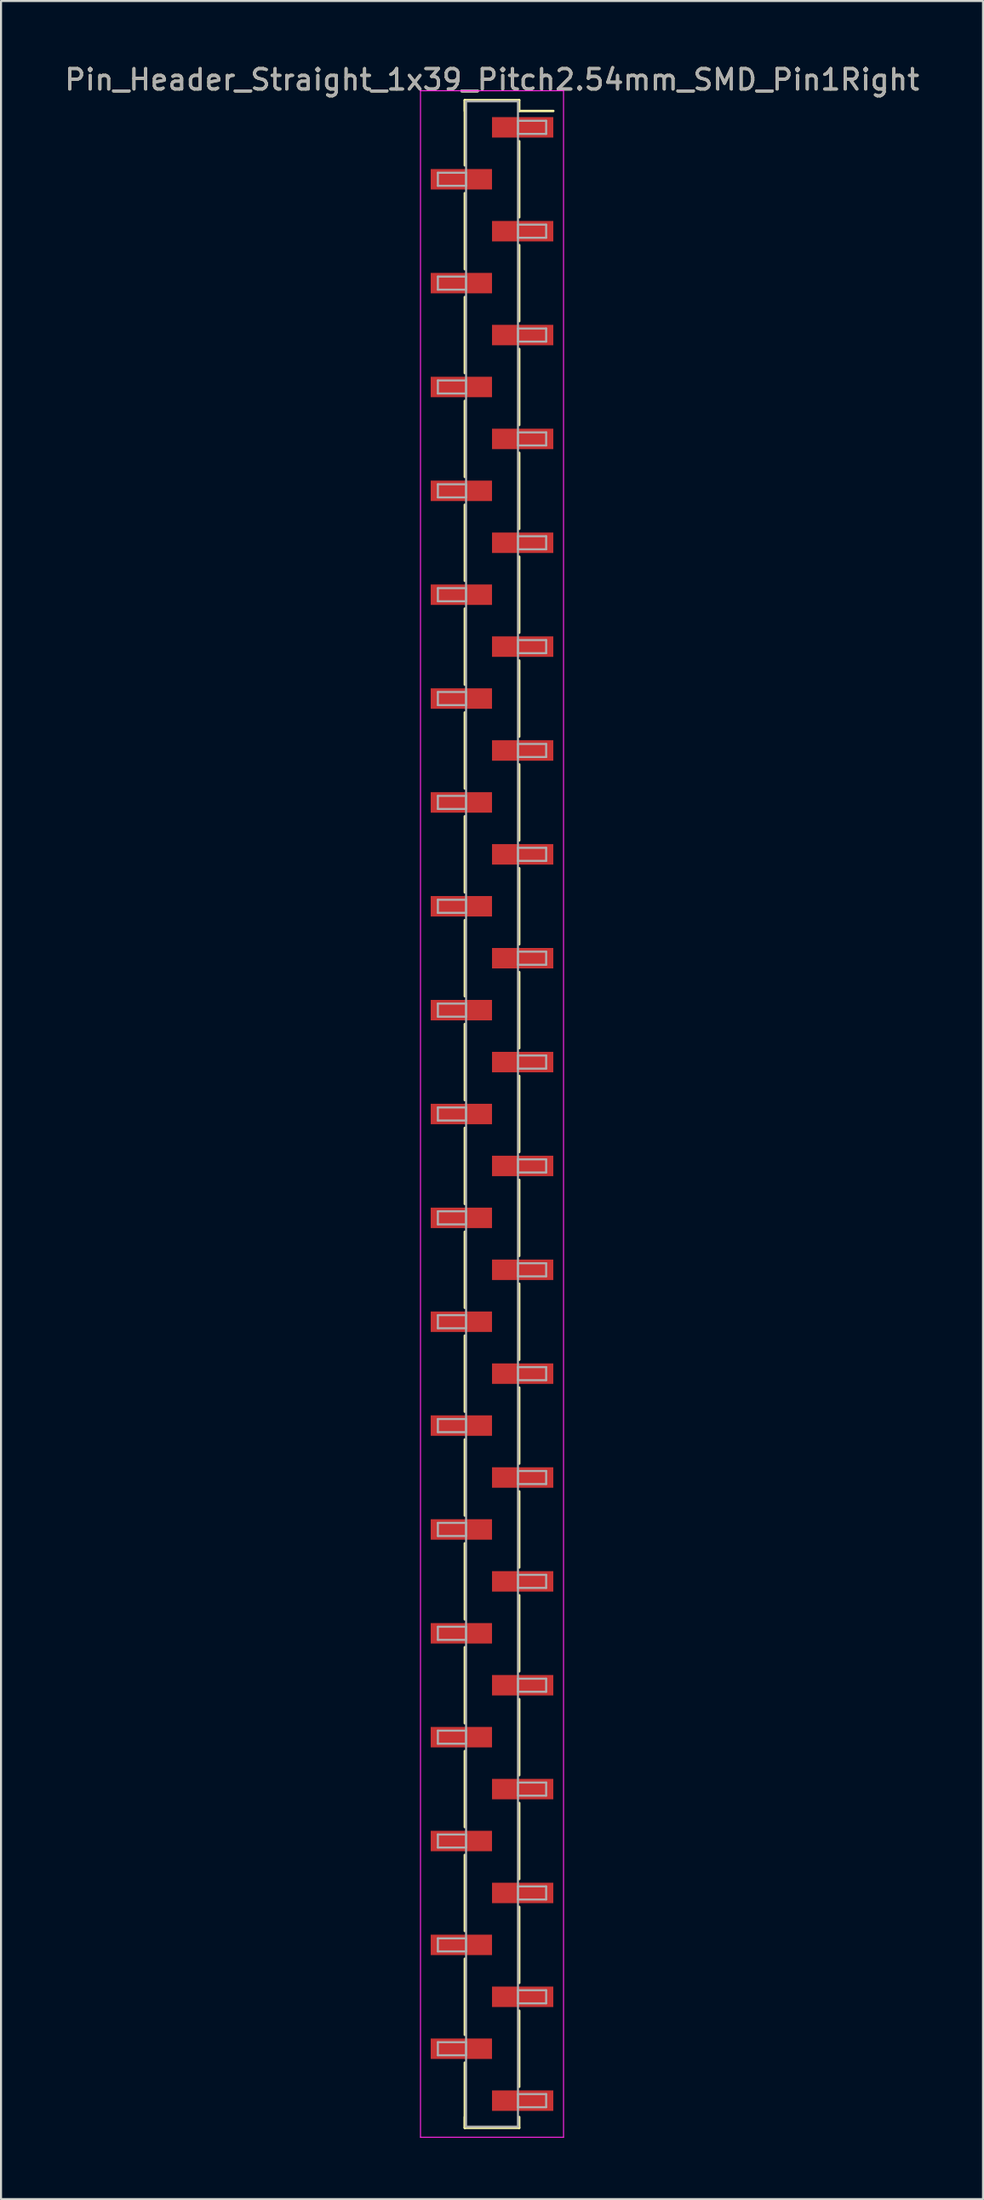
<source format=kicad_pcb>
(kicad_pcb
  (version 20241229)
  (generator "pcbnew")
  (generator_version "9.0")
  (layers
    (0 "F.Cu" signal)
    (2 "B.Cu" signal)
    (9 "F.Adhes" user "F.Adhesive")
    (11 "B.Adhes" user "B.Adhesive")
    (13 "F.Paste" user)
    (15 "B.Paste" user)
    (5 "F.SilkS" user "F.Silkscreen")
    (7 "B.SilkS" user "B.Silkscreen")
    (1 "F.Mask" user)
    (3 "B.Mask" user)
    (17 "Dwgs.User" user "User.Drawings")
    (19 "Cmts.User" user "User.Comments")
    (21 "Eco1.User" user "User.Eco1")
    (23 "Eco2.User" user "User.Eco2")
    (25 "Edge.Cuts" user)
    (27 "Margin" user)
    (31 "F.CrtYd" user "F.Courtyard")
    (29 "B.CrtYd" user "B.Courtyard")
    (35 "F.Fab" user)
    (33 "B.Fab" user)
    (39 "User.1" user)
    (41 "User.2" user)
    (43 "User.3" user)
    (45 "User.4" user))
  (footprint "Pin_Header_Straight_1x39_Pitch2.54mm_SMD_Pin1Right"
    (layer "F.Cu")
    (at 21.03 51.438)
    (property "Reference" "Pin_Header_Straight_1x39_Pitch2.54mm_SMD_Pin1Right" (at 0 -50.59 0) (layer "F.SilkS") (effects (font (size 1 1) (thickness 0.15))))
    (attr smd)
    (fp_line (start -1.33 -49.59) (end -1.33 -46.4) (stroke (width 0.12) (type solid)) (layer "F.SilkS"))
    (fp_line (start -1.33 -49.59) (end 1.33 -49.59) (stroke (width 0.12) (type solid)) (layer "F.SilkS"))
    (fp_line (start -1.33 -49.06) (end -1.33 -49.59) (stroke (width 0.12) (type solid)) (layer "F.SilkS"))
    (fp_line (start -1.33 -45.04) (end -1.33 -41.32) (stroke (width 0.12) (type solid)) (layer "F.SilkS"))
    (fp_line (start -1.33 -39.96) (end -1.33 -36.24) (stroke (width 0.12) (type solid)) (layer "F.SilkS"))
    (fp_line (start -1.33 -34.88) (end -1.33 -31.16) (stroke (width 0.12) (type solid)) (layer "F.SilkS"))
    (fp_line (start -1.33 -29.8) (end -1.33 -26.08) (stroke (width 0.12) (type solid)) (layer "F.SilkS"))
    (fp_line (start -1.33 -24.72) (end -1.33 -21) (stroke (width 0.12) (type solid)) (layer "F.SilkS"))
    (fp_line (start -1.33 -19.64) (end -1.33 -15.92) (stroke (width 0.12) (type solid)) (layer "F.SilkS"))
    (fp_line (start -1.33 -14.56) (end -1.33 -10.84) (stroke (width 0.12) (type solid)) (layer "F.SilkS"))
    (fp_line (start -1.33 -9.48) (end -1.33 -5.76) (stroke (width 0.12) (type solid)) (layer "F.SilkS"))
    (fp_line (start -1.33 -4.4) (end -1.33 -0.68) (stroke (width 0.12) (type solid)) (layer "F.SilkS"))
    (fp_line (start -1.33 0.68) (end -1.33 4.4) (stroke (width 0.12) (type solid)) (layer "F.SilkS"))
    (fp_line (start -1.33 5.76) (end -1.33 9.48) (stroke (width 0.12) (type solid)) (layer "F.SilkS"))
    (fp_line (start -1.33 10.84) (end -1.33 14.56) (stroke (width 0.12) (type solid)) (layer "F.SilkS"))
    (fp_line (start -1.33 15.92) (end -1.33 19.64) (stroke (width 0.12) (type solid)) (layer "F.SilkS"))
    (fp_line (start -1.33 21) (end -1.33 24.72) (stroke (width 0.12) (type solid)) (layer "F.SilkS"))
    (fp_line (start -1.33 26.08) (end -1.33 29.8) (stroke (width 0.12) (type solid)) (layer "F.SilkS"))
    (fp_line (start -1.33 31.16) (end -1.33 34.88) (stroke (width 0.12) (type solid)) (layer "F.SilkS"))
    (fp_line (start -1.33 36.24) (end -1.33 39.96) (stroke (width 0.12) (type solid)) (layer "F.SilkS"))
    (fp_line (start -1.33 41.32) (end -1.33 45.04) (stroke (width 0.12) (type solid)) (layer "F.SilkS"))
    (fp_line (start -1.33 46.4) (end -1.33 49.59) (stroke (width 0.12) (type solid)) (layer "F.SilkS"))
    (fp_line (start -1.33 49.06) (end -1.33 49.59) (stroke (width 0.12) (type solid)) (layer "F.SilkS"))
    (fp_line (start -1.33 49.59) (end 1.33 49.59) (stroke (width 0.12) (type solid)) (layer "F.SilkS"))
    (fp_line (start 1.33 -49.59) (end 1.33 -49.06) (stroke (width 0.12) (type solid)) (layer "F.SilkS"))
    (fp_line (start 1.33 -49.06) (end 3 -49.06) (stroke (width 0.12) (type solid)) (layer "F.SilkS"))
    (fp_line (start 1.33 -47.58) (end 1.33 -43.86) (stroke (width 0.12) (type solid)) (layer "F.SilkS"))
    (fp_line (start 1.33 -42.5) (end 1.33 -38.78) (stroke (width 0.12) (type solid)) (layer "F.SilkS"))
    (fp_line (start 1.33 -37.42) (end 1.33 -33.7) (stroke (width 0.12) (type solid)) (layer "F.SilkS"))
    (fp_line (start 1.33 -32.34) (end 1.33 -28.62) (stroke (width 0.12) (type solid)) (layer "F.SilkS"))
    (fp_line (start 1.33 -27.26) (end 1.33 -23.54) (stroke (width 0.12) (type solid)) (layer "F.SilkS"))
    (fp_line (start 1.33 -22.18) (end 1.33 -18.46) (stroke (width 0.12) (type solid)) (layer "F.SilkS"))
    (fp_line (start 1.33 -17.1) (end 1.33 -13.38) (stroke (width 0.12) (type solid)) (layer "F.SilkS"))
    (fp_line (start 1.33 -12.02) (end 1.33 -8.3) (stroke (width 0.12) (type solid)) (layer "F.SilkS"))
    (fp_line (start 1.33 -6.94) (end 1.33 -3.22) (stroke (width 0.12) (type solid)) (layer "F.SilkS"))
    (fp_line (start 1.33 -1.86) (end 1.33 1.86) (stroke (width 0.12) (type solid)) (layer "F.SilkS"))
    (fp_line (start 1.33 3.22) (end 1.33 6.94) (stroke (width 0.12) (type solid)) (layer "F.SilkS"))
    (fp_line (start 1.33 8.3) (end 1.33 12.02) (stroke (width 0.12) (type solid)) (layer "F.SilkS"))
    (fp_line (start 1.33 13.38) (end 1.33 17.1) (stroke (width 0.12) (type solid)) (layer "F.SilkS"))
    (fp_line (start 1.33 18.46) (end 1.33 22.18) (stroke (width 0.12) (type solid)) (layer "F.SilkS"))
    (fp_line (start 1.33 23.54) (end 1.33 27.26) (stroke (width 0.12) (type solid)) (layer "F.SilkS"))
    (fp_line (start 1.33 28.62) (end 1.33 32.34) (stroke (width 0.12) (type solid)) (layer "F.SilkS"))
    (fp_line (start 1.33 33.7) (end 1.33 37.42) (stroke (width 0.12) (type solid)) (layer "F.SilkS"))
    (fp_line (start 1.33 38.78) (end 1.33 42.5) (stroke (width 0.12) (type solid)) (layer "F.SilkS"))
    (fp_line (start 1.33 43.86) (end 1.33 47.58) (stroke (width 0.12) (type solid)) (layer "F.SilkS"))
    (fp_line (start 1.33 49.59) (end 1.33 49.06) (stroke (width 0.12) (type solid)) (layer "F.SilkS"))
    (fp_line (start -3.5 -50.05) (end -3.5 50.05) (stroke (width 0.05) (type solid)) (layer "F.CrtYd"))
    (fp_line (start -3.5 50.05) (end 3.5 50.05) (stroke (width 0.05) (type solid)) (layer "F.CrtYd"))
    (fp_line (start 3.5 -50.05) (end -3.5 -50.05) (stroke (width 0.05) (type solid)) (layer "F.CrtYd"))
    (fp_line (start 3.5 50.05) (end 3.5 -50.05) (stroke (width 0.05) (type solid)) (layer "F.CrtYd"))
    (fp_line (start -2.65 -46.04) (end -1.27 -46.04) (stroke (width 0.1) (type solid)) (layer "F.Fab"))
    (fp_line (start -2.65 -45.4) (end -2.65 -46.04) (stroke (width 0.1) (type solid)) (layer "F.Fab"))
    (fp_line (start -2.65 -40.96) (end -1.27 -40.96) (stroke (width 0.1) (type solid)) (layer "F.Fab"))
    (fp_line (start -2.65 -40.32) (end -2.65 -40.96) (stroke (width 0.1) (type solid)) (layer "F.Fab"))
    (fp_line (start -2.65 -35.88) (end -1.27 -35.88) (stroke (width 0.1) (type solid)) (layer "F.Fab"))
    (fp_line (start -2.65 -35.24) (end -2.65 -35.88) (stroke (width 0.1) (type solid)) (layer "F.Fab"))
    (fp_line (start -2.65 -30.8) (end -1.27 -30.8) (stroke (width 0.1) (type solid)) (layer "F.Fab"))
    (fp_line (start -2.65 -30.16) (end -2.65 -30.8) (stroke (width 0.1) (type solid)) (layer "F.Fab"))
    (fp_line (start -2.65 -25.72) (end -1.27 -25.72) (stroke (width 0.1) (type solid)) (layer "F.Fab"))
    (fp_line (start -2.65 -25.08) (end -2.65 -25.72) (stroke (width 0.1) (type solid)) (layer "F.Fab"))
    (fp_line (start -2.65 -20.64) (end -1.27 -20.64) (stroke (width 0.1) (type solid)) (layer "F.Fab"))
    (fp_line (start -2.65 -20) (end -2.65 -20.64) (stroke (width 0.1) (type solid)) (layer "F.Fab"))
    (fp_line (start -2.65 -15.56) (end -1.27 -15.56) (stroke (width 0.1) (type solid)) (layer "F.Fab"))
    (fp_line (start -2.65 -14.92) (end -2.65 -15.56) (stroke (width 0.1) (type solid)) (layer "F.Fab"))
    (fp_line (start -2.65 -10.48) (end -1.27 -10.48) (stroke (width 0.1) (type solid)) (layer "F.Fab"))
    (fp_line (start -2.65 -9.84) (end -2.65 -10.48) (stroke (width 0.1) (type solid)) (layer "F.Fab"))
    (fp_line (start -2.65 -5.4) (end -1.27 -5.4) (stroke (width 0.1) (type solid)) (layer "F.Fab"))
    (fp_line (start -2.65 -4.76) (end -2.65 -5.4) (stroke (width 0.1) (type solid)) (layer "F.Fab"))
    (fp_line (start -2.65 -0.32) (end -1.27 -0.32) (stroke (width 0.1) (type solid)) (layer "F.Fab"))
    (fp_line (start -2.65 0.32) (end -2.65 -0.32) (stroke (width 0.1) (type solid)) (layer "F.Fab"))
    (fp_line (start -2.65 4.76) (end -1.27 4.76) (stroke (width 0.1) (type solid)) (layer "F.Fab"))
    (fp_line (start -2.65 5.4) (end -2.65 4.76) (stroke (width 0.1) (type solid)) (layer "F.Fab"))
    (fp_line (start -2.65 9.84) (end -1.27 9.84) (stroke (width 0.1) (type solid)) (layer "F.Fab"))
    (fp_line (start -2.65 10.48) (end -2.65 9.84) (stroke (width 0.1) (type solid)) (layer "F.Fab"))
    (fp_line (start -2.65 14.92) (end -1.27 14.92) (stroke (width 0.1) (type solid)) (layer "F.Fab"))
    (fp_line (start -2.65 15.56) (end -2.65 14.92) (stroke (width 0.1) (type solid)) (layer "F.Fab"))
    (fp_line (start -2.65 20) (end -1.27 20) (stroke (width 0.1) (type solid)) (layer "F.Fab"))
    (fp_line (start -2.65 20.64) (end -2.65 20) (stroke (width 0.1) (type solid)) (layer "F.Fab"))
    (fp_line (start -2.65 25.08) (end -1.27 25.08) (stroke (width 0.1) (type solid)) (layer "F.Fab"))
    (fp_line (start -2.65 25.72) (end -2.65 25.08) (stroke (width 0.1) (type solid)) (layer "F.Fab"))
    (fp_line (start -2.65 30.16) (end -1.27 30.16) (stroke (width 0.1) (type solid)) (layer "F.Fab"))
    (fp_line (start -2.65 30.8) (end -2.65 30.16) (stroke (width 0.1) (type solid)) (layer "F.Fab"))
    (fp_line (start -2.65 35.24) (end -1.27 35.24) (stroke (width 0.1) (type solid)) (layer "F.Fab"))
    (fp_line (start -2.65 35.88) (end -2.65 35.24) (stroke (width 0.1) (type solid)) (layer "F.Fab"))
    (fp_line (start -2.65 40.32) (end -1.27 40.32) (stroke (width 0.1) (type solid)) (layer "F.Fab"))
    (fp_line (start -2.65 40.96) (end -2.65 40.32) (stroke (width 0.1) (type solid)) (layer "F.Fab"))
    (fp_line (start -2.65 45.4) (end -1.27 45.4) (stroke (width 0.1) (type solid)) (layer "F.Fab"))
    (fp_line (start -2.65 46.04) (end -2.65 45.4) (stroke (width 0.1) (type solid)) (layer "F.Fab"))
    (fp_line (start -1.27 -49.53) (end -1.27 49.53) (stroke (width 0.1) (type solid)) (layer "F.Fab"))
    (fp_line (start -1.27 -46.04) (end -1.27 -45.4) (stroke (width 0.1) (type solid)) (layer "F.Fab"))
    (fp_line (start -1.27 -45.4) (end -2.65 -45.4) (stroke (width 0.1) (type solid)) (layer "F.Fab"))
    (fp_line (start -1.27 -40.96) (end -1.27 -40.32) (stroke (width 0.1) (type solid)) (layer "F.Fab"))
    (fp_line (start -1.27 -40.32) (end -2.65 -40.32) (stroke (width 0.1) (type solid)) (layer "F.Fab"))
    (fp_line (start -1.27 -35.88) (end -1.27 -35.24) (stroke (width 0.1) (type solid)) (layer "F.Fab"))
    (fp_line (start -1.27 -35.24) (end -2.65 -35.24) (stroke (width 0.1) (type solid)) (layer "F.Fab"))
    (fp_line (start -1.27 -30.8) (end -1.27 -30.16) (stroke (width 0.1) (type solid)) (layer "F.Fab"))
    (fp_line (start -1.27 -30.16) (end -2.65 -30.16) (stroke (width 0.1) (type solid)) (layer "F.Fab"))
    (fp_line (start -1.27 -25.72) (end -1.27 -25.08) (stroke (width 0.1) (type solid)) (layer "F.Fab"))
    (fp_line (start -1.27 -25.08) (end -2.65 -25.08) (stroke (width 0.1) (type solid)) (layer "F.Fab"))
    (fp_line (start -1.27 -20.64) (end -1.27 -20) (stroke (width 0.1) (type solid)) (layer "F.Fab"))
    (fp_line (start -1.27 -20) (end -2.65 -20) (stroke (width 0.1) (type solid)) (layer "F.Fab"))
    (fp_line (start -1.27 -15.56) (end -1.27 -14.92) (stroke (width 0.1) (type solid)) (layer "F.Fab"))
    (fp_line (start -1.27 -14.92) (end -2.65 -14.92) (stroke (width 0.1) (type solid)) (layer "F.Fab"))
    (fp_line (start -1.27 -10.48) (end -1.27 -9.84) (stroke (width 0.1) (type solid)) (layer "F.Fab"))
    (fp_line (start -1.27 -9.84) (end -2.65 -9.84) (stroke (width 0.1) (type solid)) (layer "F.Fab"))
    (fp_line (start -1.27 -5.4) (end -1.27 -4.76) (stroke (width 0.1) (type solid)) (layer "F.Fab"))
    (fp_line (start -1.27 -4.76) (end -2.65 -4.76) (stroke (width 0.1) (type solid)) (layer "F.Fab"))
    (fp_line (start -1.27 -0.32) (end -1.27 0.32) (stroke (width 0.1) (type solid)) (layer "F.Fab"))
    (fp_line (start -1.27 0.32) (end -2.65 0.32) (stroke (width 0.1) (type solid)) (layer "F.Fab"))
    (fp_line (start -1.27 4.76) (end -1.27 5.4) (stroke (width 0.1) (type solid)) (layer "F.Fab"))
    (fp_line (start -1.27 5.4) (end -2.65 5.4) (stroke (width 0.1) (type solid)) (layer "F.Fab"))
    (fp_line (start -1.27 9.84) (end -1.27 10.48) (stroke (width 0.1) (type solid)) (layer "F.Fab"))
    (fp_line (start -1.27 10.48) (end -2.65 10.48) (stroke (width 0.1) (type solid)) (layer "F.Fab"))
    (fp_line (start -1.27 14.92) (end -1.27 15.56) (stroke (width 0.1) (type solid)) (layer "F.Fab"))
    (fp_line (start -1.27 15.56) (end -2.65 15.56) (stroke (width 0.1) (type solid)) (layer "F.Fab"))
    (fp_line (start -1.27 20) (end -1.27 20.64) (stroke (width 0.1) (type solid)) (layer "F.Fab"))
    (fp_line (start -1.27 20.64) (end -2.65 20.64) (stroke (width 0.1) (type solid)) (layer "F.Fab"))
    (fp_line (start -1.27 25.08) (end -1.27 25.72) (stroke (width 0.1) (type solid)) (layer "F.Fab"))
    (fp_line (start -1.27 25.72) (end -2.65 25.72) (stroke (width 0.1) (type solid)) (layer "F.Fab"))
    (fp_line (start -1.27 30.16) (end -1.27 30.8) (stroke (width 0.1) (type solid)) (layer "F.Fab"))
    (fp_line (start -1.27 30.8) (end -2.65 30.8) (stroke (width 0.1) (type solid)) (layer "F.Fab"))
    (fp_line (start -1.27 35.24) (end -1.27 35.88) (stroke (width 0.1) (type solid)) (layer "F.Fab"))
    (fp_line (start -1.27 35.88) (end -2.65 35.88) (stroke (width 0.1) (type solid)) (layer "F.Fab"))
    (fp_line (start -1.27 40.32) (end -1.27 40.96) (stroke (width 0.1) (type solid)) (layer "F.Fab"))
    (fp_line (start -1.27 40.96) (end -2.65 40.96) (stroke (width 0.1) (type solid)) (layer "F.Fab"))
    (fp_line (start -1.27 45.4) (end -1.27 46.04) (stroke (width 0.1) (type solid)) (layer "F.Fab"))
    (fp_line (start -1.27 46.04) (end -2.65 46.04) (stroke (width 0.1) (type solid)) (layer "F.Fab"))
    (fp_line (start -1.27 49.53) (end 1.27 49.53) (stroke (width 0.1) (type solid)) (layer "F.Fab"))
    (fp_line (start 1.27 -49.53) (end -1.27 -49.53) (stroke (width 0.1) (type solid)) (layer "F.Fab"))
    (fp_line (start 1.27 -48.58) (end 1.27 -47.94) (stroke (width 0.1) (type solid)) (layer "F.Fab"))
    (fp_line (start 1.27 -47.94) (end 2.65 -47.94) (stroke (width 0.1) (type solid)) (layer "F.Fab"))
    (fp_line (start 1.27 -43.5) (end 1.27 -42.86) (stroke (width 0.1) (type solid)) (layer "F.Fab"))
    (fp_line (start 1.27 -42.86) (end 2.65 -42.86) (stroke (width 0.1) (type solid)) (layer "F.Fab"))
    (fp_line (start 1.27 -38.42) (end 1.27 -37.78) (stroke (width 0.1) (type solid)) (layer "F.Fab"))
    (fp_line (start 1.27 -37.78) (end 2.65 -37.78) (stroke (width 0.1) (type solid)) (layer "F.Fab"))
    (fp_line (start 1.27 -33.34) (end 1.27 -32.7) (stroke (width 0.1) (type solid)) (layer "F.Fab"))
    (fp_line (start 1.27 -32.7) (end 2.65 -32.7) (stroke (width 0.1) (type solid)) (layer "F.Fab"))
    (fp_line (start 1.27 -28.26) (end 1.27 -27.62) (stroke (width 0.1) (type solid)) (layer "F.Fab"))
    (fp_line (start 1.27 -27.62) (end 2.65 -27.62) (stroke (width 0.1) (type solid)) (layer "F.Fab"))
    (fp_line (start 1.27 -23.18) (end 1.27 -22.54) (stroke (width 0.1) (type solid)) (layer "F.Fab"))
    (fp_line (start 1.27 -22.54) (end 2.65 -22.54) (stroke (width 0.1) (type solid)) (layer "F.Fab"))
    (fp_line (start 1.27 -18.1) (end 1.27 -17.46) (stroke (width 0.1) (type solid)) (layer "F.Fab"))
    (fp_line (start 1.27 -17.46) (end 2.65 -17.46) (stroke (width 0.1) (type solid)) (layer "F.Fab"))
    (fp_line (start 1.27 -13.02) (end 1.27 -12.38) (stroke (width 0.1) (type solid)) (layer "F.Fab"))
    (fp_line (start 1.27 -12.38) (end 2.65 -12.38) (stroke (width 0.1) (type solid)) (layer "F.Fab"))
    (fp_line (start 1.27 -7.94) (end 1.27 -7.3) (stroke (width 0.1) (type solid)) (layer "F.Fab"))
    (fp_line (start 1.27 -7.3) (end 2.65 -7.3) (stroke (width 0.1) (type solid)) (layer "F.Fab"))
    (fp_line (start 1.27 -2.86) (end 1.27 -2.22) (stroke (width 0.1) (type solid)) (layer "F.Fab"))
    (fp_line (start 1.27 -2.22) (end 2.65 -2.22) (stroke (width 0.1) (type solid)) (layer "F.Fab"))
    (fp_line (start 1.27 2.22) (end 1.27 2.86) (stroke (width 0.1) (type solid)) (layer "F.Fab"))
    (fp_line (start 1.27 2.86) (end 2.65 2.86) (stroke (width 0.1) (type solid)) (layer "F.Fab"))
    (fp_line (start 1.27 7.3) (end 1.27 7.94) (stroke (width 0.1) (type solid)) (layer "F.Fab"))
    (fp_line (start 1.27 7.94) (end 2.65 7.94) (stroke (width 0.1) (type solid)) (layer "F.Fab"))
    (fp_line (start 1.27 12.38) (end 1.27 13.02) (stroke (width 0.1) (type solid)) (layer "F.Fab"))
    (fp_line (start 1.27 13.02) (end 2.65 13.02) (stroke (width 0.1) (type solid)) (layer "F.Fab"))
    (fp_line (start 1.27 17.46) (end 1.27 18.1) (stroke (width 0.1) (type solid)) (layer "F.Fab"))
    (fp_line (start 1.27 18.1) (end 2.65 18.1) (stroke (width 0.1) (type solid)) (layer "F.Fab"))
    (fp_line (start 1.27 22.54) (end 1.27 23.18) (stroke (width 0.1) (type solid)) (layer "F.Fab"))
    (fp_line (start 1.27 23.18) (end 2.65 23.18) (stroke (width 0.1) (type solid)) (layer "F.Fab"))
    (fp_line (start 1.27 27.62) (end 1.27 28.26) (stroke (width 0.1) (type solid)) (layer "F.Fab"))
    (fp_line (start 1.27 28.26) (end 2.65 28.26) (stroke (width 0.1) (type solid)) (layer "F.Fab"))
    (fp_line (start 1.27 32.7) (end 1.27 33.34) (stroke (width 0.1) (type solid)) (layer "F.Fab"))
    (fp_line (start 1.27 33.34) (end 2.65 33.34) (stroke (width 0.1) (type solid)) (layer "F.Fab"))
    (fp_line (start 1.27 37.78) (end 1.27 38.42) (stroke (width 0.1) (type solid)) (layer "F.Fab"))
    (fp_line (start 1.27 38.42) (end 2.65 38.42) (stroke (width 0.1) (type solid)) (layer "F.Fab"))
    (fp_line (start 1.27 42.86) (end 1.27 43.5) (stroke (width 0.1) (type solid)) (layer "F.Fab"))
    (fp_line (start 1.27 43.5) (end 2.65 43.5) (stroke (width 0.1) (type solid)) (layer "F.Fab"))
    (fp_line (start 1.27 47.94) (end 1.27 48.58) (stroke (width 0.1) (type solid)) (layer "F.Fab"))
    (fp_line (start 1.27 48.58) (end 2.65 48.58) (stroke (width 0.1) (type solid)) (layer "F.Fab"))
    (fp_line (start 1.27 49.53) (end 1.27 -49.53) (stroke (width 0.1) (type solid)) (layer "F.Fab"))
    (fp_line (start 2.65 -48.58) (end 1.27 -48.58) (stroke (width 0.1) (type solid)) (layer "F.Fab"))
    (fp_line (start 2.65 -47.94) (end 2.65 -48.58) (stroke (width 0.1) (type solid)) (layer "F.Fab"))
    (fp_line (start 2.65 -43.5) (end 1.27 -43.5) (stroke (width 0.1) (type solid)) (layer "F.Fab"))
    (fp_line (start 2.65 -42.86) (end 2.65 -43.5) (stroke (width 0.1) (type solid)) (layer "F.Fab"))
    (fp_line (start 2.65 -38.42) (end 1.27 -38.42) (stroke (width 0.1) (type solid)) (layer "F.Fab"))
    (fp_line (start 2.65 -37.78) (end 2.65 -38.42) (stroke (width 0.1) (type solid)) (layer "F.Fab"))
    (fp_line (start 2.65 -33.34) (end 1.27 -33.34) (stroke (width 0.1) (type solid)) (layer "F.Fab"))
    (fp_line (start 2.65 -32.7) (end 2.65 -33.34) (stroke (width 0.1) (type solid)) (layer "F.Fab"))
    (fp_line (start 2.65 -28.26) (end 1.27 -28.26) (stroke (width 0.1) (type solid)) (layer "F.Fab"))
    (fp_line (start 2.65 -27.62) (end 2.65 -28.26) (stroke (width 0.1) (type solid)) (layer "F.Fab"))
    (fp_line (start 2.65 -23.18) (end 1.27 -23.18) (stroke (width 0.1) (type solid)) (layer "F.Fab"))
    (fp_line (start 2.65 -22.54) (end 2.65 -23.18) (stroke (width 0.1) (type solid)) (layer "F.Fab"))
    (fp_line (start 2.65 -18.1) (end 1.27 -18.1) (stroke (width 0.1) (type solid)) (layer "F.Fab"))
    (fp_line (start 2.65 -17.46) (end 2.65 -18.1) (stroke (width 0.1) (type solid)) (layer "F.Fab"))
    (fp_line (start 2.65 -13.02) (end 1.27 -13.02) (stroke (width 0.1) (type solid)) (layer "F.Fab"))
    (fp_line (start 2.65 -12.38) (end 2.65 -13.02) (stroke (width 0.1) (type solid)) (layer "F.Fab"))
    (fp_line (start 2.65 -7.94) (end 1.27 -7.94) (stroke (width 0.1) (type solid)) (layer "F.Fab"))
    (fp_line (start 2.65 -7.3) (end 2.65 -7.94) (stroke (width 0.1) (type solid)) (layer "F.Fab"))
    (fp_line (start 2.65 -2.86) (end 1.27 -2.86) (stroke (width 0.1) (type solid)) (layer "F.Fab"))
    (fp_line (start 2.65 -2.22) (end 2.65 -2.86) (stroke (width 0.1) (type solid)) (layer "F.Fab"))
    (fp_line (start 2.65 2.22) (end 1.27 2.22) (stroke (width 0.1) (type solid)) (layer "F.Fab"))
    (fp_line (start 2.65 2.86) (end 2.65 2.22) (stroke (width 0.1) (type solid)) (layer "F.Fab"))
    (fp_line (start 2.65 7.3) (end 1.27 7.3) (stroke (width 0.1) (type solid)) (layer "F.Fab"))
    (fp_line (start 2.65 7.94) (end 2.65 7.3) (stroke (width 0.1) (type solid)) (layer "F.Fab"))
    (fp_line (start 2.65 12.38) (end 1.27 12.38) (stroke (width 0.1) (type solid)) (layer "F.Fab"))
    (fp_line (start 2.65 13.02) (end 2.65 12.38) (stroke (width 0.1) (type solid)) (layer "F.Fab"))
    (fp_line (start 2.65 17.46) (end 1.27 17.46) (stroke (width 0.1) (type solid)) (layer "F.Fab"))
    (fp_line (start 2.65 18.1) (end 2.65 17.46) (stroke (width 0.1) (type solid)) (layer "F.Fab"))
    (fp_line (start 2.65 22.54) (end 1.27 22.54) (stroke (width 0.1) (type solid)) (layer "F.Fab"))
    (fp_line (start 2.65 23.18) (end 2.65 22.54) (stroke (width 0.1) (type solid)) (layer "F.Fab"))
    (fp_line (start 2.65 27.62) (end 1.27 27.62) (stroke (width 0.1) (type solid)) (layer "F.Fab"))
    (fp_line (start 2.65 28.26) (end 2.65 27.62) (stroke (width 0.1) (type solid)) (layer "F.Fab"))
    (fp_line (start 2.65 32.7) (end 1.27 32.7) (stroke (width 0.1) (type solid)) (layer "F.Fab"))
    (fp_line (start 2.65 33.34) (end 2.65 32.7) (stroke (width 0.1) (type solid)) (layer "F.Fab"))
    (fp_line (start 2.65 37.78) (end 1.27 37.78) (stroke (width 0.1) (type solid)) (layer "F.Fab"))
    (fp_line (start 2.65 38.42) (end 2.65 37.78) (stroke (width 0.1) (type solid)) (layer "F.Fab"))
    (fp_line (start 2.65 42.86) (end 1.27 42.86) (stroke (width 0.1) (type solid)) (layer "F.Fab"))
    (fp_line (start 2.65 43.5) (end 2.65 42.86) (stroke (width 0.1) (type solid)) (layer "F.Fab"))
    (fp_line (start 2.65 47.94) (end 1.27 47.94) (stroke (width 0.1) (type solid)) (layer "F.Fab"))
    (fp_line (start 2.65 48.58) (end 2.65 47.94) (stroke (width 0.1) (type solid)) (layer "F.Fab"))
    (fp_text user "${REFERENCE}" (at 0 -50.59 0) (layer "F.Fab") (effects (font (size 1 1) (thickness 0.15))))
    (pad "1" smd rect (at 1.5 -48.26) (size 3 1) (layers "F.Cu" "F.Mask" "F.Paste"))
    (pad "2" smd rect (at -1.5 -45.72) (size 3 1) (layers "F.Cu" "F.Mask" "F.Paste"))
    (pad "3" smd rect (at 1.5 -43.18) (size 3 1) (layers "F.Cu" "F.Mask" "F.Paste"))
    (pad "4" smd rect (at -1.5 -40.64) (size 3 1) (layers "F.Cu" "F.Mask" "F.Paste"))
    (pad "5" smd rect (at 1.5 -38.1) (size 3 1) (layers "F.Cu" "F.Mask" "F.Paste"))
    (pad "6" smd rect (at -1.5 -35.56) (size 3 1) (layers "F.Cu" "F.Mask" "F.Paste"))
    (pad "7" smd rect (at 1.5 -33.02) (size 3 1) (layers "F.Cu" "F.Mask" "F.Paste"))
    (pad "8" smd rect (at -1.5 -30.48) (size 3 1) (layers "F.Cu" "F.Mask" "F.Paste"))
    (pad "9" smd rect (at 1.5 -27.94) (size 3 1) (layers "F.Cu" "F.Mask" "F.Paste"))
    (pad "10" smd rect (at -1.5 -25.4) (size 3 1) (layers "F.Cu" "F.Mask" "F.Paste"))
    (pad "11" smd rect (at 1.5 -22.86) (size 3 1) (layers "F.Cu" "F.Mask" "F.Paste"))
    (pad "12" smd rect (at -1.5 -20.32) (size 3 1) (layers "F.Cu" "F.Mask" "F.Paste"))
    (pad "13" smd rect (at 1.5 -17.78) (size 3 1) (layers "F.Cu" "F.Mask" "F.Paste"))
    (pad "14" smd rect (at -1.5 -15.24) (size 3 1) (layers "F.Cu" "F.Mask" "F.Paste"))
    (pad "15" smd rect (at 1.5 -12.7) (size 3 1) (layers "F.Cu" "F.Mask" "F.Paste"))
    (pad "16" smd rect (at -1.5 -10.16) (size 3 1) (layers "F.Cu" "F.Mask" "F.Paste"))
    (pad "17" smd rect (at 1.5 -7.62) (size 3 1) (layers "F.Cu" "F.Mask" "F.Paste"))
    (pad "18" smd rect (at -1.5 -5.08) (size 3 1) (layers "F.Cu" "F.Mask" "F.Paste"))
    (pad "19" smd rect (at 1.5 -2.54) (size 3 1) (layers "F.Cu" "F.Mask" "F.Paste"))
    (pad "20" smd rect (at -1.5 0) (size 3 1) (layers "F.Cu" "F.Mask" "F.Paste"))
    (pad "21" smd rect (at 1.5 2.54) (size 3 1) (layers "F.Cu" "F.Mask" "F.Paste"))
    (pad "22" smd rect (at -1.5 5.08) (size 3 1) (layers "F.Cu" "F.Mask" "F.Paste"))
    (pad "23" smd rect (at 1.5 7.62) (size 3 1) (layers "F.Cu" "F.Mask" "F.Paste"))
    (pad "24" smd rect (at -1.5 10.16) (size 3 1) (layers "F.Cu" "F.Mask" "F.Paste"))
    (pad "25" smd rect (at 1.5 12.7) (size 3 1) (layers "F.Cu" "F.Mask" "F.Paste"))
    (pad "26" smd rect (at -1.5 15.24) (size 3 1) (layers "F.Cu" "F.Mask" "F.Paste"))
    (pad "27" smd rect (at 1.5 17.78) (size 3 1) (layers "F.Cu" "F.Mask" "F.Paste"))
    (pad "28" smd rect (at -1.5 20.32) (size 3 1) (layers "F.Cu" "F.Mask" "F.Paste"))
    (pad "29" smd rect (at 1.5 22.86) (size 3 1) (layers "F.Cu" "F.Mask" "F.Paste"))
    (pad "30" smd rect (at -1.5 25.4) (size 3 1) (layers "F.Cu" "F.Mask" "F.Paste"))
    (pad "31" smd rect (at 1.5 27.94) (size 3 1) (layers "F.Cu" "F.Mask" "F.Paste"))
    (pad "32" smd rect (at -1.5 30.48) (size 3 1) (layers "F.Cu" "F.Mask" "F.Paste"))
    (pad "33" smd rect (at 1.5 33.02) (size 3 1) (layers "F.Cu" "F.Mask" "F.Paste"))
    (pad "34" smd rect (at -1.5 35.56) (size 3 1) (layers "F.Cu" "F.Mask" "F.Paste"))
    (pad "35" smd rect (at 1.5 38.1) (size 3 1) (layers "F.Cu" "F.Mask" "F.Paste"))
    (pad "36" smd rect (at -1.5 40.64) (size 3 1) (layers "F.Cu" "F.Mask" "F.Paste"))
    (pad "37" smd rect (at 1.5 43.18) (size 3 1) (layers "F.Cu" "F.Mask" "F.Paste"))
    (pad "38" smd rect (at -1.5 45.72) (size 3 1) (layers "F.Cu" "F.Mask" "F.Paste"))
    (pad "39" smd rect (at 1.5 48.26) (size 3 1) (layers "F.Cu" "F.Mask" "F.Paste")))
  (gr_rect
    (start -3 -3)
    (end 45.06 104.513)
    (stroke (width 0.1) (type default))
    (fill no)
    (layer "Edge.Cuts")))
</source>
